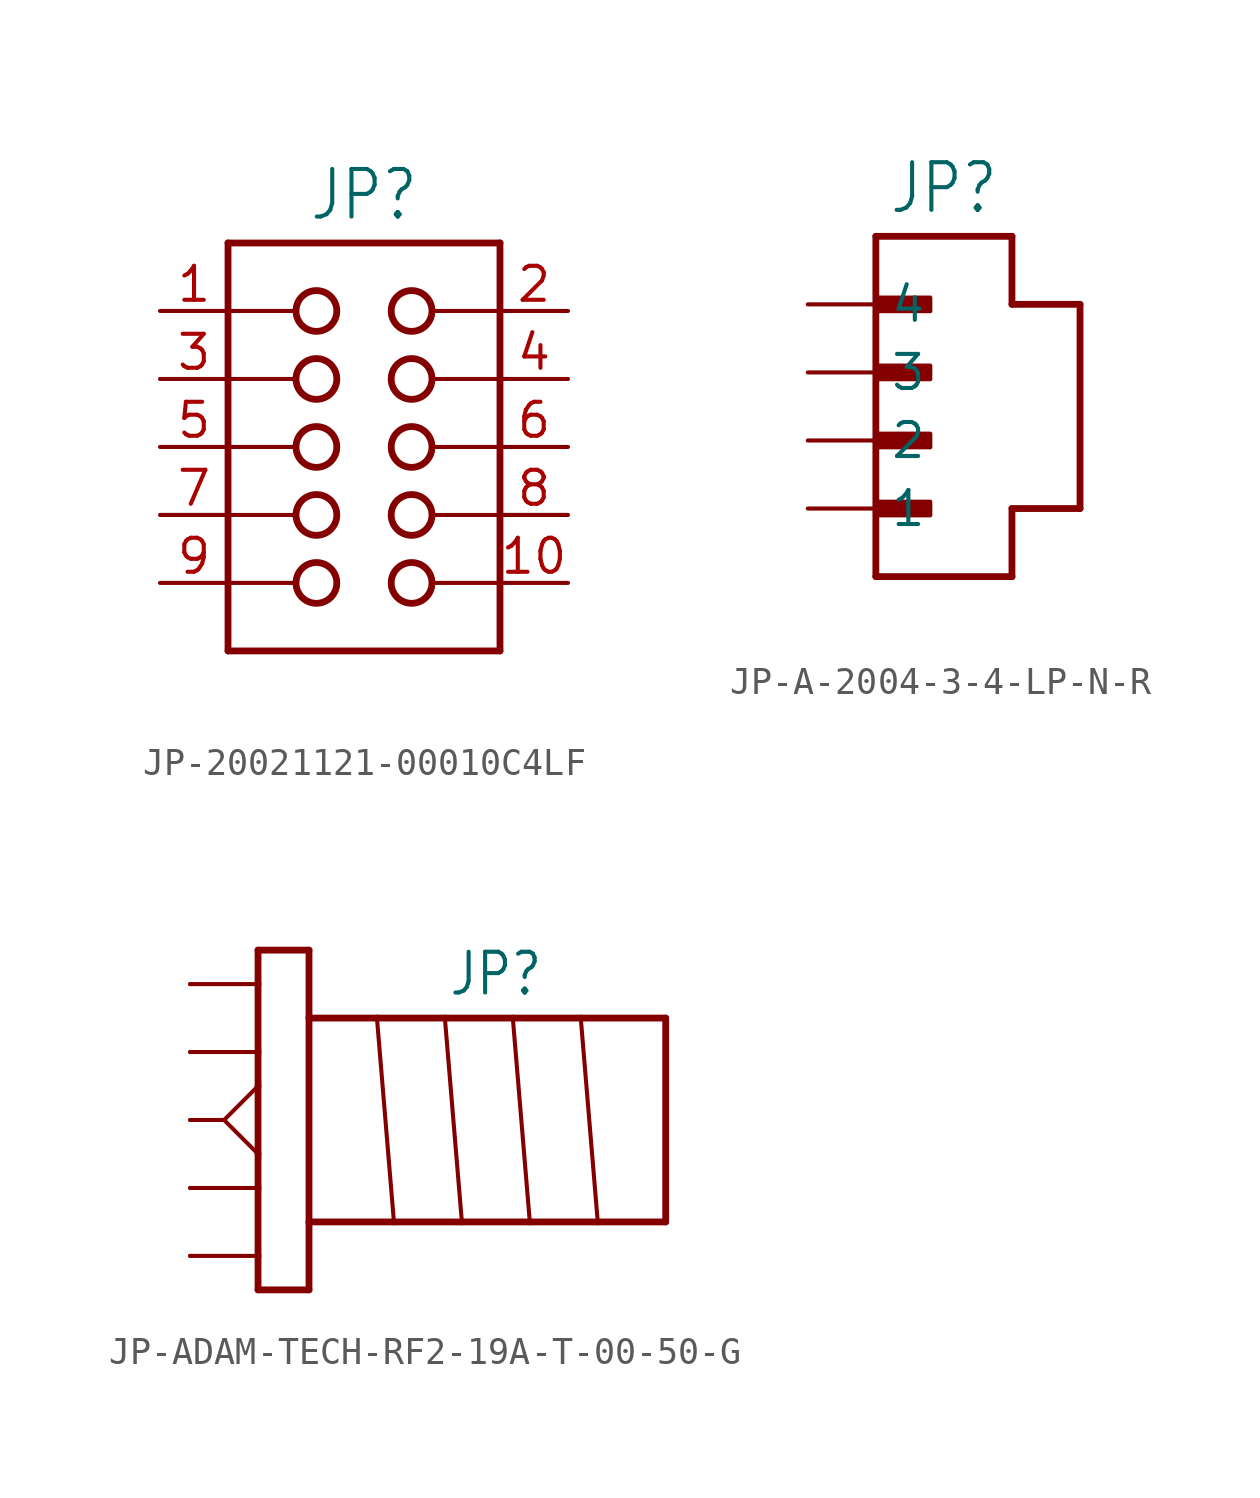
<source format=kicad_sym>
(kicad_symbol_lib
  (version 20231120)
  (generator "kicad_symbol_editor")
  (generator_version "8.0")
  (symbol "JP-20021121-00010C4LF"
    (property "Reference" "JP"
      (at 0 8.382 0)
      (effects (font (size 1.778 1.511)) (justify bottom)))
    (property "Value" ""
      (at 0 -8.382 0)
      (effects (font (size 1.778 1.511)) (justify top)))
    (property "ki_locked" ""
      (at 0 0 0)
      (effects (font (size 1.27 1.27))))
    (symbol "JP-20021121-00010C4LF_1_0"
      (circle (center -1.778 -5.08) (radius 0.762) (stroke (width 0.254) (type solid)) (fill (type none)))
      (circle (center -1.778 -2.54) (radius 0.762) (stroke (width 0.254) (type solid)) (fill (type none)))
      (circle (center -1.778 0) (radius 0.762) (stroke (width 0.254) (type solid)) (fill (type none)))
      (circle (center -1.778 2.54) (radius 0.762) (stroke (width 0.254) (type solid)) (fill (type none)))
      (circle (center -1.778 5.08) (radius 0.762) (stroke (width 0.254) (type solid)) (fill (type none)))
      (polyline (pts (xy -5.08 -7.62) (xy -5.08 -5.08)) (stroke (width 0.254) (type solid)) (fill (type none)))
      (polyline (pts (xy -5.08 -5.08) (xy -5.08 -2.54)) (stroke (width 0.254) (type solid)) (fill (type none)))
      (polyline (pts (xy -5.08 -5.08) (xy -2.54 -5.08)) (stroke (width 0.152) (type solid)) (fill (type none)))
      (polyline (pts (xy -5.08 -2.54) (xy -5.08 0)) (stroke (width 0.254) (type solid)) (fill (type none)))
      (polyline (pts (xy -5.08 -2.54) (xy -2.54 -2.54)) (stroke (width 0.152) (type solid)) (fill (type none)))
      (polyline (pts (xy -5.08 0) (xy -5.08 2.54)) (stroke (width 0.254) (type solid)) (fill (type none)))
      (polyline (pts (xy -5.08 0) (xy -2.54 0)) (stroke (width 0.152) (type solid)) (fill (type none)))
      (polyline (pts (xy -5.08 2.54) (xy -5.08 5.08)) (stroke (width 0.254) (type solid)) (fill (type none)))
      (polyline (pts (xy -5.08 2.54) (xy -2.54 2.54)) (stroke (width 0.152) (type solid)) (fill (type none)))
      (polyline (pts (xy -5.08 5.08) (xy -5.08 7.62)) (stroke (width 0.254) (type solid)) (fill (type none)))
      (polyline (pts (xy -5.08 5.08) (xy -2.54 5.08)) (stroke (width 0.152) (type solid)) (fill (type none)))
      (polyline (pts (xy -5.08 7.62) (xy 5.08 7.62)) (stroke (width 0.254) (type solid)) (fill (type none)))
      (polyline (pts (xy 2.54 -5.08) (xy 5.08 -5.08)) (stroke (width 0.152) (type solid)) (fill (type none)))
      (polyline (pts (xy 2.54 -2.54) (xy 5.08 -2.54)) (stroke (width 0.152) (type solid)) (fill (type none)))
      (polyline (pts (xy 2.54 0) (xy 5.08 0)) (stroke (width 0.152) (type solid)) (fill (type none)))
      (polyline (pts (xy 2.54 2.54) (xy 5.08 2.54)) (stroke (width 0.152) (type solid)) (fill (type none)))
      (polyline (pts (xy 2.54 5.08) (xy 5.08 5.08)) (stroke (width 0.152) (type solid)) (fill (type none)))
      (polyline (pts (xy 5.08 -7.62) (xy -5.08 -7.62)) (stroke (width 0.254) (type solid)) (fill (type none)))
      (polyline (pts (xy 5.08 -5.08) (xy 5.08 -7.62)) (stroke (width 0.254) (type solid)) (fill (type none)))
      (polyline (pts (xy 5.08 -2.54) (xy 5.08 -5.08)) (stroke (width 0.254) (type solid)) (fill (type none)))
      (polyline (pts (xy 5.08 0) (xy 5.08 -2.54)) (stroke (width 0.254) (type solid)) (fill (type none)))
      (polyline (pts (xy 5.08 2.54) (xy 5.08 0)) (stroke (width 0.254) (type solid)) (fill (type none)))
      (polyline (pts (xy 5.08 5.08) (xy 5.08 2.54)) (stroke (width 0.254) (type solid)) (fill (type none)))
      (polyline (pts (xy 5.08 7.62) (xy 5.08 5.08)) (stroke (width 0.254) (type solid)) (fill (type none)))
      (circle (center 1.778 -5.08) (radius 0.762) (stroke (width 0.254) (type solid)) (fill (type none)))
      (circle (center 1.778 -2.54) (radius 0.762) (stroke (width 0.254) (type solid)) (fill (type none)))
      (circle (center 1.778 0) (radius 0.762) (stroke (width 0.254) (type solid)) (fill (type none)))
      (circle (center 1.778 2.54) (radius 0.762) (stroke (width 0.254) (type solid)) (fill (type none)))
      (circle (center 1.778 5.08) (radius 0.762) (stroke (width 0.254) (type solid)) (fill (type none)))
      (pin passive line (at -7.62 5.08 0) (length 2.54) (name "1" (effects (font (size 0 0)))) (number "1" (effects (font (size 1.27 1.27)))))
      (pin passive line (at 7.62 -5.08 180) (length 2.54) (name "10" (effects (font (size 0 0)))) (number "10" (effects (font (size 1.27 1.27)))))
      (pin passive line (at 7.62 5.08 180) (length 2.54) (name "2" (effects (font (size 0 0)))) (number "2" (effects (font (size 1.27 1.27)))))
      (pin passive line (at -7.62 2.54 0) (length 2.54) (name "3" (effects (font (size 0 0)))) (number "3" (effects (font (size 1.27 1.27)))))
      (pin passive line (at 7.62 2.54 180) (length 2.54) (name "4" (effects (font (size 0 0)))) (number "4" (effects (font (size 1.27 1.27)))))
      (pin passive line (at -7.62 0 0) (length 2.54) (name "5" (effects (font (size 0 0)))) (number "5" (effects (font (size 1.27 1.27)))))
      (pin passive line (at 7.62 0 180) (length 2.54) (name "6" (effects (font (size 0 0)))) (number "6" (effects (font (size 1.27 1.27)))))
      (pin passive line (at -7.62 -2.54 0) (length 2.54) (name "7" (effects (font (size 0 0)))) (number "7" (effects (font (size 1.27 1.27)))))
      (pin passive line (at 7.62 -2.54 180) (length 2.54) (name "8" (effects (font (size 0 0)))) (number "8" (effects (font (size 1.27 1.27)))))
      (pin passive line (at -7.62 -5.08 0) (length 2.54) (name "9" (effects (font (size 0 0)))) (number "9" (effects (font (size 1.27 1.27)))))))
  (symbol "JP-A-2004-3-4-LP-N-R"
    (property "Reference" "JP"
      (at 2.54 8.382 0)
      (effects (font (size 1.778 1.511)) (justify bottom)))
    (property "Value" ""
      (at 2.54 -5.842 0)
      (effects (font (size 1.778 1.511)) (justify top)))
    (property "ki_locked" ""
      (at 0 0 0)
      (effects (font (size 1.27 1.27))))
    (symbol "JP-A-2004-3-4-LP-N-R_1_0"
      (rectangle (start 0 -2.794) (end 2.032 -2.286) (stroke (width 0) (type default)) (fill (type outline)))
      (rectangle (start 0 -0.254) (end 2.032 0.254) (stroke (width 0) (type default)) (fill (type outline)))
      (polyline (pts (xy 0 -5.08) (xy 0 7.62)) (stroke (width 0.254) (type solid)) (fill (type none)))
      (polyline (pts (xy 0 7.62) (xy 5.08 7.62)) (stroke (width 0.254) (type solid)) (fill (type none)))
      (polyline (pts (xy 5.08 -5.08) (xy 0 -5.08)) (stroke (width 0.254) (type solid)) (fill (type none)))
      (polyline (pts (xy 5.08 -5.08) (xy 5.08 -2.54)) (stroke (width 0.254) (type solid)) (fill (type none)))
      (polyline (pts (xy 5.08 -2.54) (xy 7.62 -2.54)) (stroke (width 0.254) (type solid)) (fill (type none)))
      (polyline (pts (xy 5.08 5.08) (xy 5.08 7.62)) (stroke (width 0.254) (type solid)) (fill (type none)))
      (polyline (pts (xy 7.62 -2.54) (xy 7.62 5.08)) (stroke (width 0.254) (type solid)) (fill (type none)))
      (polyline (pts (xy 7.62 5.08) (xy 5.08 5.08)) (stroke (width 0.254) (type solid)) (fill (type none)))
      (rectangle (start 0 2.286) (end 2.032 2.794) (stroke (width 0) (type default)) (fill (type outline)))
      (rectangle (start 0 4.826) (end 2.032 5.334) (stroke (width 0) (type default)) (fill (type outline)))
      (pin passive line (at -2.54 -2.54 0) (length 2.54) (name "1" (effects (font (size 1.27 1.27)))) (number "1" (effects (font (size 0 0)))))
      (pin passive line (at -2.54 0 0) (length 2.54) (name "2" (effects (font (size 1.27 1.27)))) (number "2" (effects (font (size 0 0)))))
      (pin passive line (at -2.54 2.54 0) (length 2.54) (name "3" (effects (font (size 1.27 1.27)))) (number "3" (effects (font (size 0 0)))))
      (pin passive line (at -2.54 5.08 0) (length 2.54) (name "4" (effects (font (size 1.27 1.27)))) (number "4" (effects (font (size 0 0)))))))
  (symbol "JP-ADAM-TECH-RF2-19A-T-00-50-G"
    (property "Reference" "JP"
      (at 8.89 4.572 0)
      (effects (font (size 1.524 1.295)) (justify bottom)))
    (property "Value" ""
      (at 8.89 -4.572 0)
      (effects (font (size 1.524 1.295)) (justify top)))
    (property "ki_locked" ""
      (at 0 0 0)
      (effects (font (size 1.27 1.27))))
    (symbol "JP-ADAM-TECH-RF2-19A-T-00-50-G_1_0"
      (polyline (pts (xy -1.27 0) (xy -2.54 0)) (stroke (width 0.152) (type solid)) (fill (type none)))
      (polyline (pts (xy -1.27 0) (xy 0 -1.27)) (stroke (width 0.152) (type solid)) (fill (type none)))
      (polyline (pts (xy -1.27 0) (xy 0 1.27)) (stroke (width 0.152) (type solid)) (fill (type none)))
      (polyline (pts (xy 0 -6.35) (xy 1.905 -6.35)) (stroke (width 0.254) (type solid)) (fill (type none)))
      (polyline (pts (xy 0 -5.08) (xy -2.54 -5.08)) (stroke (width 0.152) (type solid)) (fill (type none)))
      (polyline (pts (xy 0 -5.08) (xy 0 -6.35)) (stroke (width 0.254) (type solid)) (fill (type none)))
      (polyline (pts (xy 0 -2.54) (xy -2.54 -2.54)) (stroke (width 0.152) (type solid)) (fill (type none)))
      (polyline (pts (xy 0 -2.54) (xy 0 -5.08)) (stroke (width 0.254) (type solid)) (fill (type none)))
      (polyline (pts (xy 0 -1.27) (xy 0 -2.54)) (stroke (width 0.254) (type solid)) (fill (type none)))
      (polyline (pts (xy 0 1.27) (xy 0 -1.27)) (stroke (width 0.254) (type solid)) (fill (type none)))
      (polyline (pts (xy 0 2.54) (xy -2.54 2.54)) (stroke (width 0.152) (type solid)) (fill (type none)))
      (polyline (pts (xy 0 2.54) (xy 0 1.27)) (stroke (width 0.254) (type solid)) (fill (type none)))
      (polyline (pts (xy 0 5.08) (xy -2.54 5.08)) (stroke (width 0.152) (type solid)) (fill (type none)))
      (polyline (pts (xy 0 5.08) (xy 0 2.54)) (stroke (width 0.254) (type solid)) (fill (type none)))
      (polyline (pts (xy 0 6.35) (xy 0 5.08)) (stroke (width 0.254) (type solid)) (fill (type none)))
      (polyline (pts (xy 1.905 -6.35) (xy 1.905 -3.81)) (stroke (width 0.254) (type solid)) (fill (type none)))
      (polyline (pts (xy 1.905 -3.81) (xy 1.905 3.81)) (stroke (width 0.254) (type solid)) (fill (type none)))
      (polyline (pts (xy 1.905 3.81) (xy 1.905 6.35)) (stroke (width 0.254) (type solid)) (fill (type none)))
      (polyline (pts (xy 1.905 3.81) (xy 4.445 3.81)) (stroke (width 0.254) (type solid)) (fill (type none)))
      (polyline (pts (xy 1.905 6.35) (xy 0 6.35)) (stroke (width 0.254) (type solid)) (fill (type none)))
      (polyline (pts (xy 4.445 3.81) (xy 5.08 -3.81)) (stroke (width 0.152) (type solid)) (fill (type none)))
      (polyline (pts (xy 4.445 3.81) (xy 6.985 3.81)) (stroke (width 0.254) (type solid)) (fill (type none)))
      (polyline (pts (xy 5.08 -3.81) (xy 1.905 -3.81)) (stroke (width 0.254) (type solid)) (fill (type none)))
      (polyline (pts (xy 6.985 3.81) (xy 7.62 -3.81)) (stroke (width 0.152) (type solid)) (fill (type none)))
      (polyline (pts (xy 6.985 3.81) (xy 9.525 3.81)) (stroke (width 0.254) (type solid)) (fill (type none)))
      (polyline (pts (xy 7.62 -3.81) (xy 5.08 -3.81)) (stroke (width 0.254) (type solid)) (fill (type none)))
      (polyline (pts (xy 9.525 3.81) (xy 10.16 -3.81)) (stroke (width 0.152) (type solid)) (fill (type none)))
      (polyline (pts (xy 9.525 3.81) (xy 12.065 3.81)) (stroke (width 0.254) (type solid)) (fill (type none)))
      (polyline (pts (xy 10.16 -3.81) (xy 7.62 -3.81)) (stroke (width 0.254) (type solid)) (fill (type none)))
      (polyline (pts (xy 12.065 3.81) (xy 12.7 -3.81)) (stroke (width 0.152) (type solid)) (fill (type none)))
      (polyline (pts (xy 12.065 3.81) (xy 15.24 3.81)) (stroke (width 0.254) (type solid)) (fill (type none)))
      (polyline (pts (xy 12.7 -3.81) (xy 10.16 -3.81)) (stroke (width 0.254) (type solid)) (fill (type none)))
      (polyline (pts (xy 15.24 -3.81) (xy 12.7 -3.81)) (stroke (width 0.254) (type solid)) (fill (type none)))
      (polyline (pts (xy 15.24 3.81) (xy 15.24 -3.81)) (stroke (width 0.254) (type solid)) (fill (type none)))
      (pin passive line (at -2.54 0 0) (length 0) (name "0" (effects (font (size 0 0)))) (number "0" (effects (font (size 0 0)))))
      (pin passive line (at -2.54 5.08 0) (length 0) (name "1" (effects (font (size 0 0)))) (number "1" (effects (font (size 0 0)))))
      (pin passive line (at -2.54 -2.54 0) (length 0) (name "2" (effects (font (size 0 0)))) (number "2" (effects (font (size 0 0)))))
      (pin passive line (at -2.54 -5.08 0) (length 0) (name "3" (effects (font (size 0 0)))) (number "3" (effects (font (size 0 0)))))
      (pin passive line (at -2.54 2.54 0) (length 0) (name "4" (effects (font (size 0 0)))) (number "4" (effects (font (size 0 0))))))))
</source>
